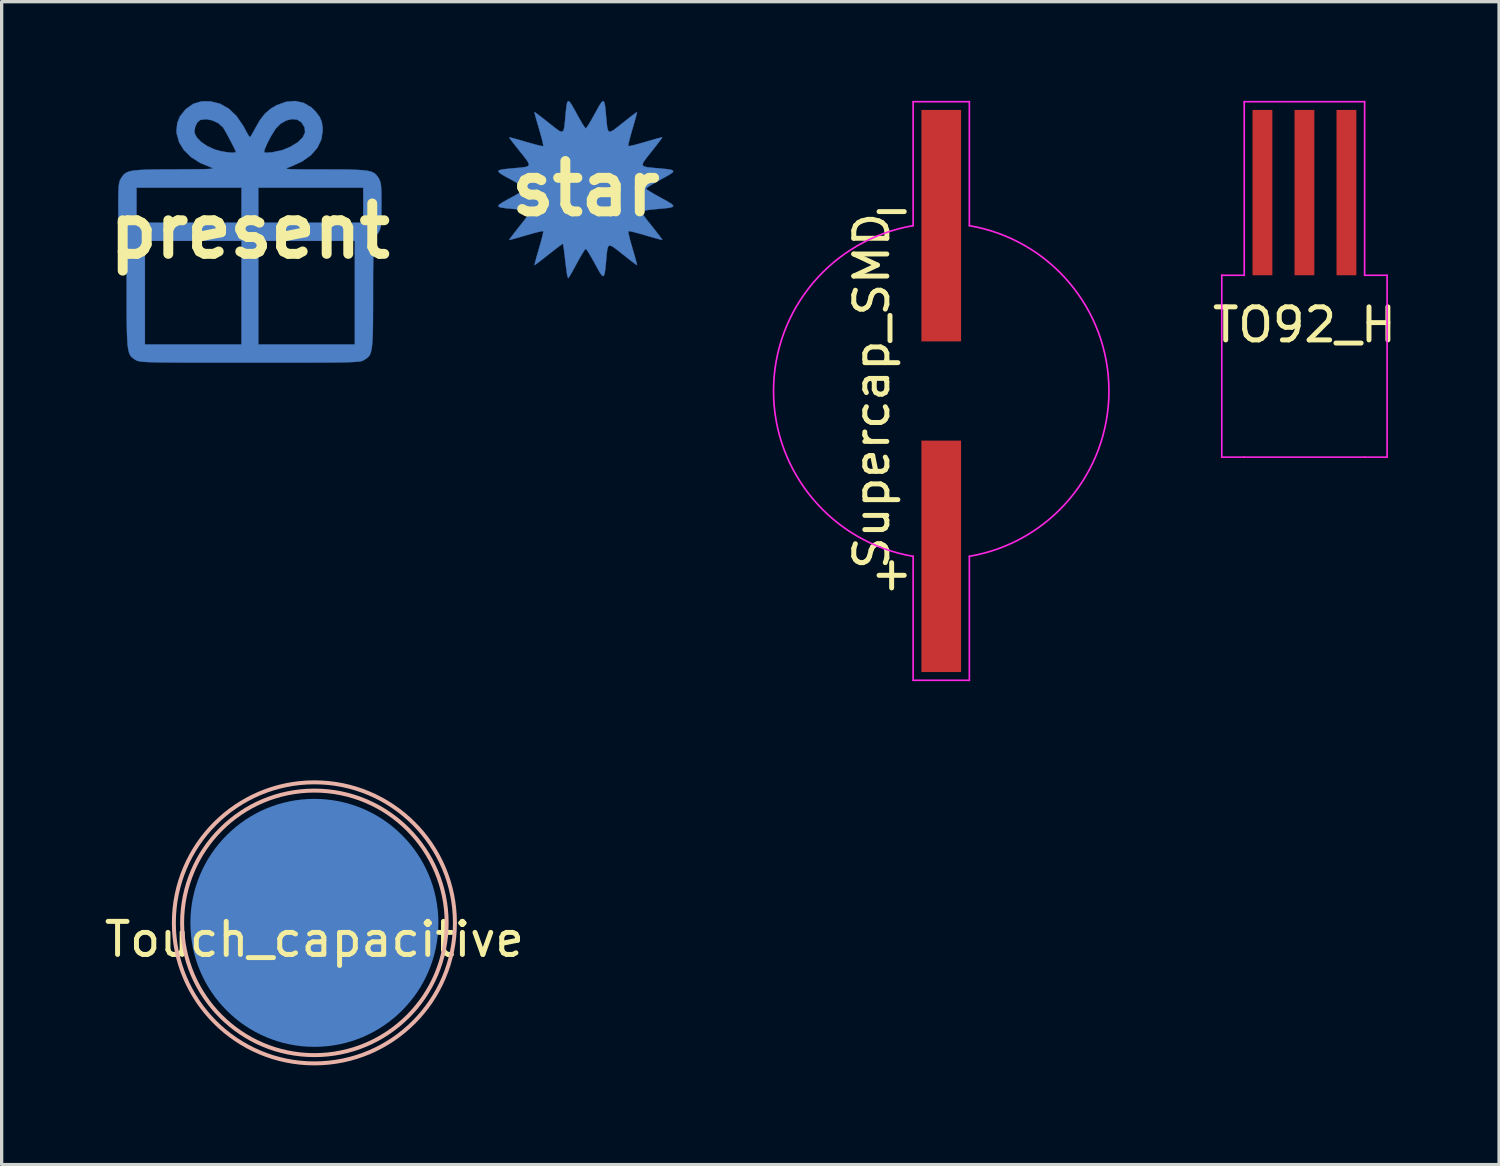
<source format=kicad_pcb>
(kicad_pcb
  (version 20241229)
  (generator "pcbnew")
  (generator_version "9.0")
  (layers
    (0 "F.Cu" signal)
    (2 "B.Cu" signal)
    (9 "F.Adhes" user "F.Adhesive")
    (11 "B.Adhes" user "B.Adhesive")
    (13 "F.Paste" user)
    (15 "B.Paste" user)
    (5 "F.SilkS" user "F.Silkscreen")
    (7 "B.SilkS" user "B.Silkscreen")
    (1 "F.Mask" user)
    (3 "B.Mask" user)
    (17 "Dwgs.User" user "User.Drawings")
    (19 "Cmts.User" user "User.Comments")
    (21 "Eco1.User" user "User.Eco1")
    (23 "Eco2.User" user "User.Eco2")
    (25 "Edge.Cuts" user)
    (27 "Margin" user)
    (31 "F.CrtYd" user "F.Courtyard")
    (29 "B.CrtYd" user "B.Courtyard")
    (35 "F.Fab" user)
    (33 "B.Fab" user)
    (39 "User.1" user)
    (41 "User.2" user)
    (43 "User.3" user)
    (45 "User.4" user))
  (footprint "TO92_H"
    (layer "F.Cu")
    (at 36.4 2.775)
    (property "Reference" "TO92_H" (at 0 4 0) (layer "F.SilkS") (effects (font (size 1 1) (thickness 0.15))))
    (attr smd)
    (fp_line (start -2.5 2.5) (end -2.5 8) (stroke (width 0.05) (type solid)) (layer "F.CrtYd"))
    (fp_line (start -2.5 8) (end -1.82 8) (stroke (width 0.05) (type solid)) (layer "F.CrtYd"))
    (fp_line (start -1.82 -2.75) (end 1.82 -2.75) (stroke (width 0.05) (type solid)) (layer "F.CrtYd"))
    (fp_line (start -1.82 2.5) (end -2.5 2.5) (stroke (width 0.05) (type solid)) (layer "F.CrtYd"))
    (fp_line (start -1.82 2.5) (end -1.82 -2.75) (stroke (width 0.05) (type solid)) (layer "F.CrtYd"))
    (fp_line (start 1.82 -2.75) (end 1.82 2.5) (stroke (width 0.05) (type solid)) (layer "F.CrtYd"))
    (fp_line (start 1.82 2.5) (end 2.5 2.5) (stroke (width 0.05) (type solid)) (layer "F.CrtYd"))
    (fp_line (start 1.82 8) (end -1.82 8) (stroke (width 0.05) (type solid)) (layer "F.CrtYd"))
    (fp_line (start 2.5 2.5) (end 2.5 8) (stroke (width 0.05) (type solid)) (layer "F.CrtYd"))
    (fp_line (start 2.5 8) (end 1.82 8) (stroke (width 0.05) (type solid)) (layer "F.CrtYd"))
    (pad "1" smd rect (at -1.27 0) (size 0.6 5) (layers "F.Cu" "F.Mask" "F.Paste"))
    (pad "2" smd rect (at 0 0) (size 0.6 5) (layers "F.Cu" "F.Mask" "F.Paste"))
    (pad "3" smd rect (at 1.27 0) (size 0.6 5) (layers "F.Cu" "F.Mask" "F.Paste")))
  (footprint "star"
    (layer "F.Cu")
    (at 14.665 2.654)
    (property "Reference" "star" (at 0 0 0) (layer "F.SilkS") (effects (font (size 1.524 1.524) (thickness 0.3))))
    (attr through_hole)
    (fp_poly (pts (xy 0.557 -2.618) (xy 0.583 -2.505) (xy 0.604 -2.311) (xy 0.613 -2.208) (xy 0.634 -1.973) (xy 0.655 -1.816) (xy 0.688 -1.733) (xy 0.744 -1.719) (xy 0.837 -1.767) (xy 0.978 -1.874) (xy 1.12 -1.988) (xy 1.279 -2.114) (xy 1.412 -2.217) (xy 1.507 -2.287) (xy 1.55 -2.315) (xy 1.551 -2.315) (xy 1.543 -2.274) (xy 1.515 -2.167) (xy 1.472 -2.01) (xy 1.417 -1.821) (xy 1.412 -1.805) (xy 1.357 -1.612) (xy 1.314 -1.45) (xy 1.289 -1.336) (xy 1.284 -1.285) (xy 1.284 -1.284) (xy 1.33 -1.288) (xy 1.441 -1.312) (xy 1.6 -1.353) (xy 1.791 -1.408) (xy 1.805 -1.412) (xy 1.997 -1.468) (xy 2.156 -1.513) (xy 2.268 -1.542) (xy 2.315 -1.551) (xy 2.315 -1.551) (xy 2.294 -1.517) (xy 2.229 -1.429) (xy 2.131 -1.301) (xy 2.008 -1.145) (xy 1.988 -1.12) (xy 1.842 -0.936) (xy 1.749 -0.809) (xy 1.716 -0.727) (xy 1.748 -0.677) (xy 1.849 -0.649) (xy 2.025 -0.629) (xy 2.208 -0.613) (xy 2.436 -0.591) (xy 2.581 -0.569) (xy 2.646 -0.538) (xy 2.63 -0.492) (xy 2.536 -0.425) (xy 2.365 -0.328) (xy 2.273 -0.279) (xy 2.099 -0.182) (xy 1.955 -0.098) (xy 1.858 -0.034) (xy 1.82 -0.000495) (xy 1.82 0) (xy 1.855 0.033) (xy 1.951 0.095) (xy 2.093 0.179) (xy 2.267 0.275) (xy 2.273 0.279) (xy 2.475 0.389) (xy 2.601 0.468) (xy 2.649 0.521) (xy 2.618 0.557) (xy 2.505 0.583) (xy 2.311 0.604) (xy 2.208 0.613) (xy 1.973 0.634) (xy 1.816 0.655) (xy 1.733 0.688) (xy 1.719 0.744) (xy 1.767 0.837) (xy 1.874 0.978) (xy 1.988 1.12) (xy 2.114 1.279) (xy 2.217 1.412) (xy 2.287 1.507) (xy 2.315 1.55) (xy 2.315 1.551) (xy 2.274 1.543) (xy 2.167 1.515) (xy 2.01 1.472) (xy 1.821 1.417) (xy 1.805 1.412) (xy 1.612 1.357) (xy 1.45 1.314) (xy 1.336 1.289) (xy 1.285 1.284) (xy 1.284 1.284) (xy 1.288 1.33) (xy 1.312 1.441) (xy 1.353 1.6) (xy 1.408 1.791) (xy 1.412 1.805) (xy 1.468 1.997) (xy 1.513 2.156) (xy 1.542 2.268) (xy 1.551 2.315) (xy 1.551 2.315) (xy 1.517 2.294) (xy 1.429 2.229) (xy 1.301 2.131) (xy 1.145 2.008) (xy 1.12 1.988) (xy 0.936 1.842) (xy 0.809 1.749) (xy 0.727 1.716) (xy 0.677 1.748) (xy 0.649 1.849) (xy 0.629 2.025) (xy 0.613 2.208) (xy 0.591 2.436) (xy 0.569 2.581) (xy 0.538 2.646) (xy 0.492 2.63) (xy 0.425 2.536) (xy 0.328 2.365) (xy 0.279 2.273) (xy 0.182 2.099) (xy 0.098 1.955) (xy 0.034 1.858) (xy 0.000495 1.82) (xy 0 1.82) (xy -0.033 1.855) (xy -0.095 1.951) (xy -0.179 2.093) (xy -0.274 2.265) (xy -0.368 2.437) (xy -0.447 2.579) (xy -0.504 2.674) (xy -0.53 2.709) (xy -0.53 2.709) (xy -0.547 2.673) (xy -0.567 2.583) (xy -0.569 2.572) (xy -0.584 2.466) (xy -0.604 2.306) (xy -0.626 2.12) (xy -0.633 2.057) (xy -0.653 1.889) (xy -0.672 1.757) (xy -0.685 1.679) (xy -0.689 1.668) (xy -0.725 1.688) (xy -0.814 1.751) (xy -0.943 1.849) (xy -1.099 1.971) (xy -1.122 1.99) (xy -1.281 2.115) (xy -1.413 2.217) (xy -1.507 2.287) (xy -1.55 2.315) (xy -1.551 2.315) (xy -1.543 2.274) (xy -1.515 2.167) (xy -1.472 2.01) (xy -1.417 1.821) (xy -1.412 1.805) (xy -1.357 1.612) (xy -1.314 1.45) (xy -1.289 1.336) (xy -1.284 1.285) (xy -1.284 1.284) (xy -1.33 1.288) (xy -1.441 1.312) (xy -1.6 1.353) (xy -1.791 1.408) (xy -1.805 1.412) (xy -1.997 1.468) (xy -2.156 1.513) (xy -2.268 1.542) (xy -2.315 1.551) (xy -2.315 1.551) (xy -2.294 1.517) (xy -2.229 1.429) (xy -2.131 1.301) (xy -2.008 1.145) (xy -1.988 1.12) (xy -1.842 0.936) (xy -1.749 0.809) (xy -1.716 0.727) (xy -1.748 0.677) (xy -1.849 0.649) (xy -2.025 0.629) (xy -2.208 0.613) (xy -2.435 0.591) (xy -2.58 0.569) (xy -2.644 0.538) (xy -2.628 0.493) (xy -2.533 0.425) (xy -2.362 0.328) (xy -2.272 0.28) (xy -2.098 0.184) (xy -1.955 0.099) (xy -1.857 0.035) (xy -1.82 0.000428) (xy -1.82 0) (xy -1.856 -0.033) (xy -1.951 -0.097) (xy -2.093 -0.181) (xy -2.267 -0.277) (xy -2.272 -0.28) (xy -2.474 -0.39) (xy -2.599 -0.469) (xy -2.647 -0.522) (xy -2.615 -0.558) (xy -2.503 -0.583) (xy -2.309 -0.604) (xy -2.208 -0.613) (xy -1.973 -0.634) (xy -1.816 -0.655) (xy -1.733 -0.688) (xy -1.719 -0.744) (xy -1.767 -0.837) (xy -1.874 -0.978) (xy -1.988 -1.12) (xy -2.114 -1.279) (xy -2.217 -1.412) (xy -2.287 -1.507) (xy -2.315 -1.55) (xy -2.315 -1.551) (xy -2.274 -1.543) (xy -2.167 -1.515) (xy -2.01 -1.472) (xy -1.821 -1.417) (xy -1.805 -1.412) (xy -1.612 -1.357) (xy -1.45 -1.314) (xy -1.336 -1.289) (xy -1.285 -1.284) (xy -1.284 -1.284) (xy -1.288 -1.33) (xy -1.312 -1.441) (xy -1.353 -1.6) (xy -1.408 -1.791) (xy -1.412 -1.805) (xy -1.468 -1.997) (xy -1.513 -2.156) (xy -1.542 -2.268) (xy -1.551 -2.315) (xy -1.551 -2.315) (xy -1.517 -2.294) (xy -1.429 -2.229) (xy -1.301 -2.131) (xy -1.145 -2.008) (xy -1.12 -1.988) (xy -0.936 -1.842) (xy -0.809 -1.749) (xy -0.727 -1.716) (xy -0.677 -1.748) (xy -0.649 -1.849) (xy -0.629 -2.025) (xy -0.613 -2.208) (xy -0.591 -2.436) (xy -0.569 -2.581) (xy -0.538 -2.646) (xy -0.492 -2.63) (xy -0.425 -2.536) (xy -0.328 -2.365) (xy -0.279 -2.273) (xy -0.182 -2.099) (xy -0.098 -1.955) (xy -0.034 -1.858) (xy -0.000495 -1.82) (xy 0 -1.82) (xy 0.033 -1.855) (xy 0.095 -1.951) (xy 0.179 -2.093) (xy 0.275 -2.267) (xy 0.279 -2.273) (xy 0.389 -2.475) (xy 0.468 -2.601) (xy 0.521 -2.649) (xy 0.557 -2.618)) (stroke (width 0.01) (type solid)) (fill yes) (layer "B.Cu")))
  (footprint "Supercap_SMD"
    (layer "F.Cu")
    (at 25.416 8.775)
    (property "Reference" "Supercap_SMD" (at -2.1 0 90) (layer "F.SilkS") (effects (font (size 1 1) (thickness 0.15))))
    (attr smd)
    (fp_line (start -0.85 -8.75) (end 0.85 -8.75) (stroke (width 0.05) (type solid)) (layer "F.CrtYd"))
    (fp_line (start -0.85 -5) (end -0.85 -8.75) (stroke (width 0.05) (type solid)) (layer "F.CrtYd"))
    (fp_line (start -0.85 5) (end -0.85 8.75) (stroke (width 0.05) (type solid)) (layer "F.CrtYd"))
    (fp_line (start 0.85 -8.75) (end 0.85 -5) (stroke (width 0.05) (type solid)) (layer "F.CrtYd"))
    (fp_line (start 0.85 5) (end 0.85 8.75) (stroke (width 0.05) (type solid)) (layer "F.CrtYd"))
    (fp_line (start 0.85 8.75) (end -0.85 8.75) (stroke (width 0.05) (type solid)) (layer "F.CrtYd"))
    (fp_arc (start -0.850342 4.999941) (mid -5.071735 -0.000174) (end -0.849999 -4.999999) (stroke (width 0.05) (type solid)) (layer "F.CrtYd"))
    (fp_arc (start 0.850342 -4.999941) (mid 5.071735 0.000174) (end 0.849999 4.999999) (stroke (width 0.05) (type solid)) (layer "F.CrtYd"))
    (fp_text user "+" (at -1.5 5.5 0) (layer "F.SilkS") (effects (font (size 1 1) (thickness 0.15))))
    (fp_text user "-" (at -1.5 -5.5 0) (layer "F.SilkS") (effects (font (size 1 1) (thickness 0.15))))
    (pad "1" smd rect (at 0 5) (size 1.2 7) (layers "F.Cu" "F.Mask" "F.Paste"))
    (pad "2" smd rect (at 0 -5) (size 1.2 7) (layers "F.Cu" "F.Mask" "F.Paste")))
  (footprint "Touch_capacitive"
    (layer "F.Cu")
    (at 6.458 24.86)
    (property "Reference" "Touch_capacitive" (at 0 0.5 0) (layer "F.SilkS") (effects (font (size 1 1) (thickness 0.15))))
    (attr through_hole)
    (fp_circle (center 0 0) (end 4 0) (stroke (width 0.12) (type solid)) (fill no) (layer "B.SilkS"))
    (fp_circle (center 0 0) (end 4.25 0) (stroke (width 0.12) (type solid)) (fill no) (layer "B.SilkS"))
    (pad "1" smd circle (at 0 0) (size 7.5 7.5) (layers "B.Cu")))
  (footprint "present"
    (layer "F.Cu")
    (at 4.507 3.938)
    (property "Reference" "present" (at 0 0 0) (layer "F.SilkS") (effects (font (size 1.524 1.524) (thickness 0.3))))
    (attr through_hole)
    (fp_poly (pts (xy 1.625 -3.877) (xy 1.855 -3.743) (xy 1.982 -3.621) (xy 2.106 -3.459) (xy 2.174 -3.306) (xy 2.2 -3.125) (xy 2.201 -3.044) (xy 2.161 -2.77) (xy 2.042 -2.519) (xy 1.848 -2.297) (xy 1.583 -2.107) (xy 1.251 -1.954) (xy 1.207 -1.939) (xy 1.148 -1.918) (xy 1.112 -1.901) (xy 1.106 -1.889) (xy 1.137 -1.879) (xy 1.212 -1.873) (xy 1.34 -1.869) (xy 1.527 -1.866) (xy 1.781 -1.865) (xy 2.109 -1.864) (xy 2.256 -1.864) (xy 2.65 -1.863) (xy 2.969 -1.86) (xy 3.222 -1.852) (xy 3.418 -1.84) (xy 3.566 -1.821) (xy 3.675 -1.794) (xy 3.755 -1.757) (xy 3.815 -1.708) (xy 3.863 -1.648) (xy 3.894 -1.601) (xy 3.926 -1.539) (xy 3.949 -1.469) (xy 3.965 -1.375) (xy 3.974 -1.242) (xy 3.978 -1.055) (xy 3.979 -0.8) (xy 3.979 -0.783) (xy 3.978 -0.523) (xy 3.974 -0.332) (xy 3.965 -0.196) (xy 3.95 -0.1) (xy 3.927 -0.029) (xy 3.895 0.032) (xy 3.895 0.032) (xy 3.831 0.121) (xy 3.777 0.167) (xy 3.768 0.169) (xy 3.756 0.212) (xy 3.746 0.337) (xy 3.737 0.546) (xy 3.731 0.837) (xy 3.727 1.21) (xy 3.725 1.662) (xy 3.725 1.843) (xy 3.725 2.292) (xy 3.723 2.665) (xy 3.72 2.969) (xy 3.712 3.213) (xy 3.701 3.403) (xy 3.684 3.549) (xy 3.661 3.657) (xy 3.631 3.737) (xy 3.592 3.795) (xy 3.543 3.84) (xy 3.485 3.88) (xy 3.463 3.894) (xy 3.436 3.909) (xy 3.405 3.923) (xy 3.364 3.935) (xy 3.307 3.945) (xy 3.23 3.953) (xy 3.125 3.96) (xy 2.988 3.965) (xy 2.813 3.97) (xy 2.593 3.973) (xy 2.323 3.975) (xy 1.998 3.977) (xy 1.611 3.978) (xy 1.157 3.979) (xy 0.631 3.979) (xy 0.025 3.979) (xy 0 3.979) (xy -0.609 3.979) (xy -1.138 3.979) (xy -1.595 3.978) (xy -1.984 3.977) (xy -2.312 3.976) (xy -2.583 3.973) (xy -2.805 3.97) (xy -2.982 3.965) (xy -3.121 3.96) (xy -3.226 3.953) (xy -3.305 3.945) (xy -3.362 3.935) (xy -3.403 3.923) (xy -3.435 3.91) (xy -3.462 3.894) (xy -3.463 3.894) (xy -3.526 3.853) (xy -3.577 3.811) (xy -3.619 3.757) (xy -3.652 3.686) (xy -3.677 3.587) (xy -3.696 3.455) (xy -3.709 3.28) (xy -3.718 3.054) (xy -3.723 2.771) (xy -3.725 2.421) (xy -3.725 1.997) (xy -3.725 1.843) (xy -3.726 1.362) (xy -3.73 0.961) (xy -3.735 0.641) (xy -3.742 0.402) (xy -3.749 0.296) (xy -3.175 0.296) (xy -3.175 3.429) (xy -0.254 3.429) (xy -0.254 0.296) (xy 0.254 0.296) (xy 0.254 3.429) (xy 3.175 3.429) (xy 3.175 0.296) (xy 0.254 0.296) (xy -0.254 0.296) (xy -3.175 0.296) (xy -3.749 0.296) (xy -3.752 0.247) (xy -3.764 0.175) (xy -3.768 0.169) (xy -3.816 0.136) (xy -3.88 0.055) (xy -3.895 0.032) (xy -3.927 -0.029) (xy -3.95 -0.1) (xy -3.965 -0.196) (xy -3.974 -0.332) (xy -3.978 -0.522) (xy -3.979 -0.782) (xy -3.979 -0.783) (xy -3.978 -1.043) (xy -3.974 -1.233) (xy -3.969 -1.312) (xy -3.429 -1.312) (xy -3.429 -0.254) (xy -0.254 -0.254) (xy -0.254 -1.312) (xy 0.254 -1.312) (xy 0.254 -0.254) (xy 3.429 -0.254) (xy 3.429 -1.312) (xy 0.254 -1.312) (xy -0.254 -1.312) (xy -3.429 -1.312) (xy -3.969 -1.312) (xy -3.965 -1.369) (xy -3.95 -1.465) (xy -3.928 -1.536) (xy -3.896 -1.597) (xy -3.894 -1.601) (xy -3.847 -1.67) (xy -3.796 -1.727) (xy -3.73 -1.771) (xy -3.641 -1.804) (xy -3.519 -1.828) (xy -3.355 -1.845) (xy -3.14 -1.856) (xy -2.865 -1.862) (xy -2.52 -1.865) (xy -2.256 -1.865) (xy -1.896 -1.867) (xy -1.615 -1.869) (xy -1.404 -1.872) (xy -1.256 -1.877) (xy -1.165 -1.884) (xy -1.123 -1.893) (xy -1.123 -1.905) (xy -1.159 -1.92) (xy -1.164 -1.922) (xy -1.499 -2.059) (xy -1.777 -2.236) (xy -1.993 -2.447) (xy -2.14 -2.686) (xy -2.212 -2.944) (xy -2.217 -3.03) (xy -1.677 -3.03) (xy -1.672 -2.961) (xy -1.605 -2.829) (xy -1.473 -2.695) (xy -1.292 -2.572) (xy -1.079 -2.474) (xy -1.047 -2.463) (xy -0.899 -2.421) (xy -0.741 -2.391) (xy -0.596 -2.373) (xy -0.484 -2.37) (xy -0.427 -2.385) (xy -0.423 -2.393) (xy -0.428 -2.405) (xy 0.431 -2.405) (xy 0.445 -2.376) (xy 0.503 -2.369) (xy 0.623 -2.377) (xy 0.677 -2.382) (xy 0.98 -2.446) (xy 1.222 -2.547) (xy 1.451 -2.686) (xy 1.6 -2.833) (xy 1.669 -2.984) (xy 1.655 -3.137) (xy 1.558 -3.289) (xy 1.556 -3.291) (xy 1.429 -3.371) (xy 1.27 -3.387) (xy 1.098 -3.344) (xy 0.931 -3.248) (xy 0.786 -3.103) (xy 0.766 -3.074) (xy 0.643 -2.877) (xy 0.534 -2.673) (xy 0.457 -2.495) (xy 0.445 -2.46) (xy 0.431 -2.405) (xy -0.428 -2.405) (xy -0.442 -2.443) (xy -0.491 -2.546) (xy -0.56 -2.681) (xy -0.638 -2.829) (xy -0.714 -2.969) (xy -0.776 -3.079) (xy -0.815 -3.138) (xy -0.956 -3.263) (xy -1.136 -3.348) (xy -1.326 -3.384) (xy -1.495 -3.362) (xy -1.501 -3.36) (xy -1.587 -3.289) (xy -1.65 -3.167) (xy -1.677 -3.03) (xy -2.217 -3.03) (xy -2.218 -3.048) (xy -2.195 -3.271) (xy -2.117 -3.463) (xy -1.973 -3.648) (xy -1.919 -3.702) (xy -1.71 -3.849) (xy -1.462 -3.922) (xy -1.201 -3.924) (xy -0.906 -3.852) (xy -0.638 -3.702) (xy -0.4 -3.474) (xy -0.195 -3.171) (xy -0.163 -3.111) (xy -0.091 -2.978) (xy -0.034 -2.88) (xy -0.002 -2.837) (xy 0 -2.837) (xy 0.028 -2.871) (xy 0.083 -2.963) (xy 0.153 -3.091) (xy 0.158 -3.101) (xy 0.307 -3.359) (xy 0.458 -3.553) (xy 0.629 -3.7) (xy 0.812 -3.807) (xy 1.096 -3.91) (xy 1.37 -3.933) (xy 1.625 -3.877)) (stroke (width 0.01) (type solid)) (fill yes) (layer "B.Cu")))
  (gr_rect
    (start -3 -3)
    (end 42.286 32.17)
    (stroke (width 0.1) (type default))
    (fill no)
    (layer "Edge.Cuts")))
</source>
